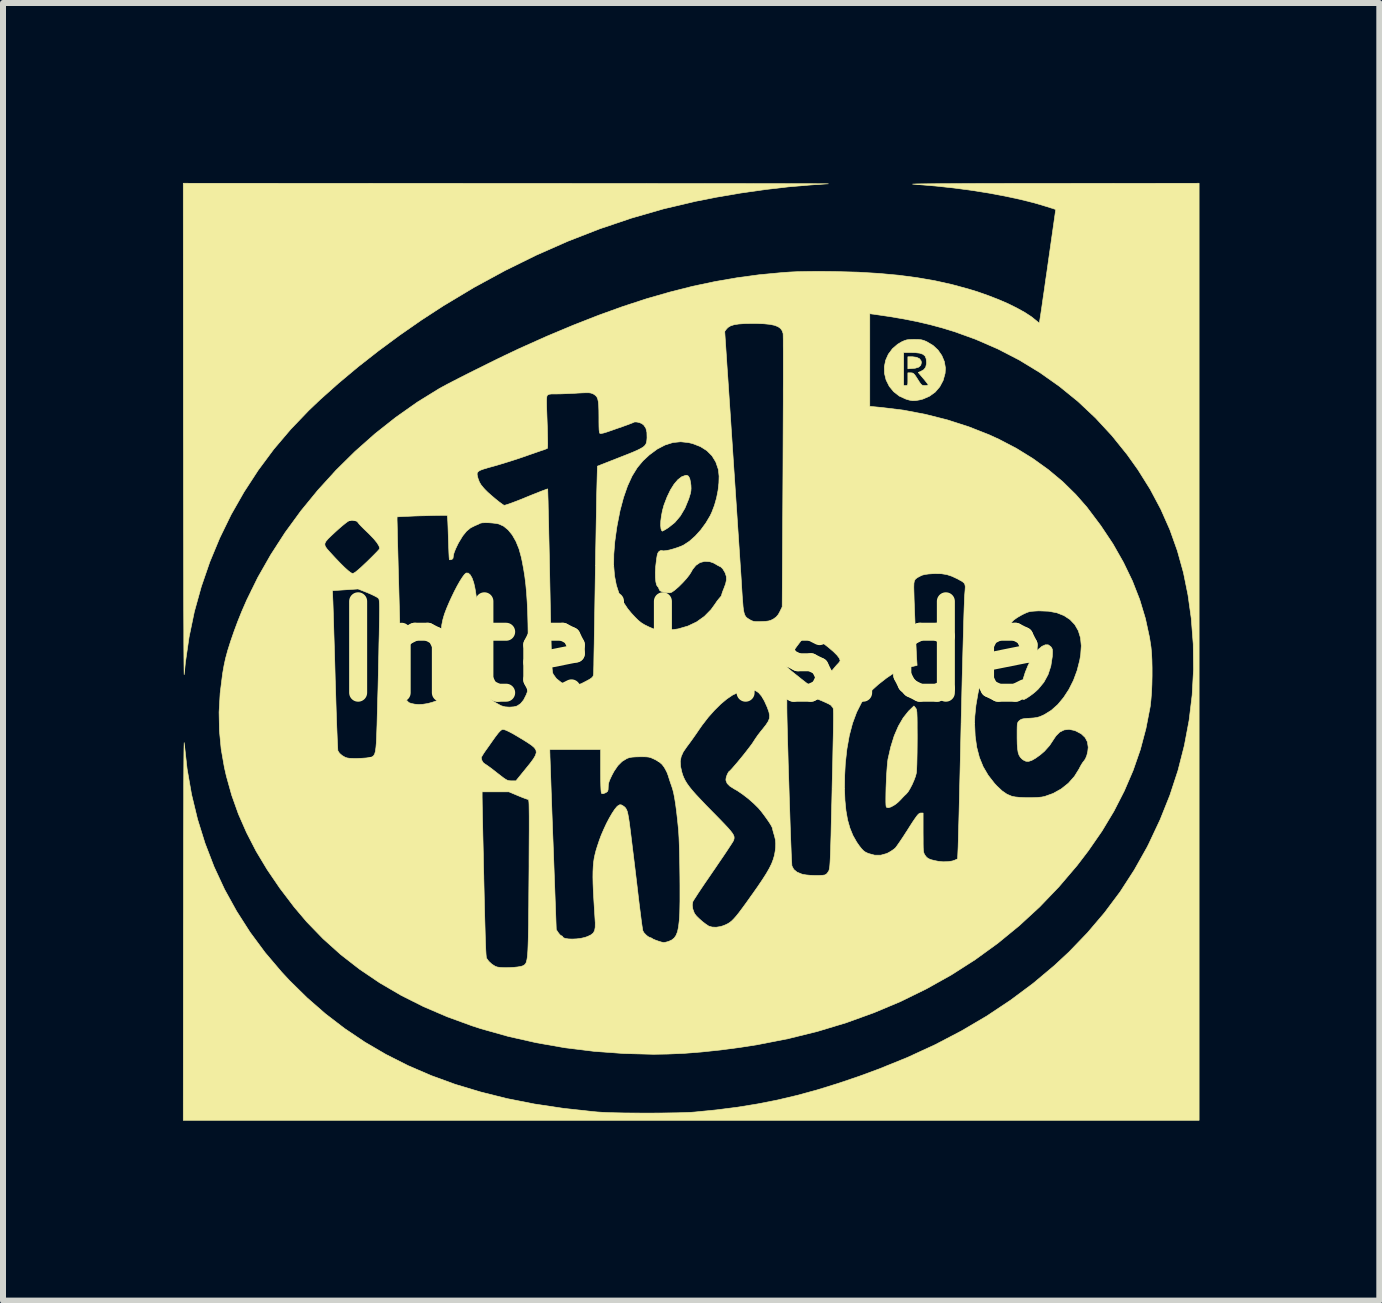
<source format=kicad_pcb>
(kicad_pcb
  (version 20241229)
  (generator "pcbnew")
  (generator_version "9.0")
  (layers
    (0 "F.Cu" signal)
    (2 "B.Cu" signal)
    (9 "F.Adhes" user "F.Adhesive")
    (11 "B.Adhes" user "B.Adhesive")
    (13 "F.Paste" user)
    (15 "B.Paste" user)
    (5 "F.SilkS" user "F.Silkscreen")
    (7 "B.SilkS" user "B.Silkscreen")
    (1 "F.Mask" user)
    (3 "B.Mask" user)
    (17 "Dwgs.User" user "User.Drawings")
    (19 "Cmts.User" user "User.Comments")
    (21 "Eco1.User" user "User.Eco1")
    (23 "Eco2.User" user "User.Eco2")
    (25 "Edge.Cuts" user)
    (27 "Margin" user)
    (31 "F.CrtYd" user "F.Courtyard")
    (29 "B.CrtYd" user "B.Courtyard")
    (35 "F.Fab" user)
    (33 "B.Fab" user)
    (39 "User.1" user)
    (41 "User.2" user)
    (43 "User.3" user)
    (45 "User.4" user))
  (footprint "IntelInside"
    (layer "F.Cu")
    (at 8.472 7.808)
    (property "Reference" "IntelInside" (at 0 0 0) (layer "F.SilkS") (effects (font (size 1.524 1.524) (thickness 0.3))))
    (attr through_hole)
    (fp_poly (pts (xy 3.756 -4.902) (xy 3.806 -4.879) (xy 3.833 -4.842) (xy 3.838 -4.813) (xy 3.827 -4.769) (xy 3.793 -4.738) (xy 3.735 -4.72) (xy 3.697 -4.716) (xy 3.612 -4.71) (xy 3.612 -4.911) (xy 3.688 -4.911) (xy 3.756 -4.902)) (stroke (width 0.01) (type solid)) (fill yes) (layer "F.SilkS"))
    (fp_poly (pts (xy -0.046 -2.921) (xy -0.024 -2.881) (xy -0.01 -2.814) (xy -0.004 -2.766) (xy -0.002 -2.717) (xy -0.005 -2.673) (xy -0.015 -2.625) (xy -0.034 -2.564) (xy -0.041 -2.541) (xy -0.104 -2.387) (xy -0.181 -2.257) (xy -0.273 -2.148) (xy -0.382 -2.061) (xy -0.387 -2.058) (xy -0.43 -2.031) (xy -0.464 -2.012) (xy -0.481 -2.004) (xy -0.482 -2.004) (xy -0.493 -2.016) (xy -0.503 -2.041) (xy -0.509 -2.097) (xy -0.507 -2.172) (xy -0.496 -2.257) (xy -0.479 -2.346) (xy -0.456 -2.43) (xy -0.454 -2.437) (xy -0.402 -2.573) (xy -0.346 -2.69) (xy -0.285 -2.787) (xy -0.223 -2.86) (xy -0.159 -2.91) (xy -0.096 -2.933) (xy -0.073 -2.935) (xy -0.046 -2.921)) (stroke (width 0.01) (type solid)) (fill yes) (layer "F.SilkS"))
    (fp_poly (pts (xy 5.951 -0.109) (xy 5.99 -0.082) (xy 5.998 -0.074) (xy 6.012 -0.053) (xy 6.021 -0.031) (xy 6.023 -0.001) (xy 6.022 0.045) (xy 6.019 0.091) (xy 5.995 0.247) (xy 5.949 0.387) (xy 5.88 0.514) (xy 5.788 0.626) (xy 5.747 0.665) (xy 5.698 0.706) (xy 5.646 0.744) (xy 5.597 0.777) (xy 5.559 0.798) (xy 5.538 0.804) (xy 5.518 0.793) (xy 5.512 0.782) (xy 5.507 0.757) (xy 5.504 0.713) (xy 5.503 0.673) (xy 5.512 0.571) (xy 5.534 0.461) (xy 5.569 0.349) (xy 5.614 0.238) (xy 5.666 0.134) (xy 5.724 0.043) (xy 5.784 -0.031) (xy 5.845 -0.082) (xy 5.846 -0.083) (xy 5.903 -0.109) (xy 5.951 -0.109)) (stroke (width 0.01) (type solid)) (fill yes) (layer "F.SilkS"))
    (fp_poly (pts (xy 3.74 0.943) (xy 3.748 0.954) (xy 3.754 0.967) (xy 3.758 0.986) (xy 3.762 1.013) (xy 3.764 1.053) (xy 3.766 1.107) (xy 3.767 1.178) (xy 3.767 1.271) (xy 3.768 1.387) (xy 3.768 1.459) (xy 3.767 1.577) (xy 3.766 1.689) (xy 3.764 1.793) (xy 3.762 1.882) (xy 3.759 1.955) (xy 3.756 2.005) (xy 3.754 2.025) (xy 3.74 2.081) (xy 3.715 2.148) (xy 3.684 2.219) (xy 3.649 2.286) (xy 3.616 2.341) (xy 3.586 2.376) (xy 3.554 2.406) (xy 3.53 2.431) (xy 3.482 2.482) (xy 3.445 2.518) (xy 3.413 2.544) (xy 3.387 2.562) (xy 3.332 2.593) (xy 3.288 2.606) (xy 3.259 2.601) (xy 3.251 2.59) (xy 3.247 2.564) (xy 3.245 2.515) (xy 3.245 2.447) (xy 3.246 2.365) (xy 3.248 2.274) (xy 3.252 2.179) (xy 3.256 2.083) (xy 3.262 1.993) (xy 3.268 1.913) (xy 3.274 1.846) (xy 3.28 1.799) (xy 3.28 1.799) (xy 3.327 1.593) (xy 3.384 1.409) (xy 3.454 1.247) (xy 3.534 1.109) (xy 3.624 0.996) (xy 3.647 0.974) (xy 3.713 0.91) (xy 3.74 0.943)) (stroke (width 0.01) (type solid)) (fill yes) (layer "F.SilkS"))
    (fp_poly (pts (xy 3.785 -5.199) (xy 3.835 -5.194) (xy 3.877 -5.183) (xy 3.923 -5.164) (xy 3.93 -5.16) (xy 4.031 -5.1) (xy 4.115 -5.022) (xy 4.178 -4.931) (xy 4.22 -4.831) (xy 4.238 -4.725) (xy 4.233 -4.636) (xy 4.2 -4.516) (xy 4.144 -4.411) (xy 4.068 -4.322) (xy 3.972 -4.253) (xy 3.861 -4.205) (xy 3.813 -4.193) (xy 3.746 -4.181) (xy 3.692 -4.179) (xy 3.637 -4.188) (xy 3.577 -4.206) (xy 3.468 -4.256) (xy 3.375 -4.329) (xy 3.302 -4.418) (xy 3.249 -4.524) (xy 3.222 -4.635) (xy 3.22 -4.745) (xy 3.242 -4.853) (xy 3.287 -4.954) (xy 3.308 -4.981) (xy 3.542 -4.981) (xy 3.542 -4.431) (xy 3.577 -4.431) (xy 3.595 -4.432) (xy 3.606 -4.44) (xy 3.611 -4.461) (xy 3.612 -4.5) (xy 3.612 -4.537) (xy 3.612 -4.643) (xy 3.661 -4.643) (xy 3.685 -4.641) (xy 3.705 -4.632) (xy 3.725 -4.612) (xy 3.75 -4.576) (xy 3.775 -4.537) (xy 3.807 -4.486) (xy 3.83 -4.455) (xy 3.849 -4.438) (xy 3.87 -4.432) (xy 3.896 -4.431) (xy 3.931 -4.433) (xy 3.95 -4.44) (xy 3.951 -4.442) (xy 3.943 -4.457) (xy 3.919 -4.488) (xy 3.886 -4.53) (xy 3.868 -4.551) (xy 3.785 -4.649) (xy 3.824 -4.666) (xy 3.878 -4.696) (xy 3.909 -4.736) (xy 3.922 -4.792) (xy 3.923 -4.819) (xy 3.917 -4.878) (xy 3.899 -4.922) (xy 3.864 -4.952) (xy 3.809 -4.971) (xy 3.733 -4.98) (xy 3.668 -4.981) (xy 3.542 -4.981) (xy 3.308 -4.981) (xy 3.354 -5.044) (xy 3.442 -5.12) (xy 3.513 -5.162) (xy 3.557 -5.181) (xy 3.596 -5.193) (xy 3.643 -5.198) (xy 3.705 -5.2) (xy 3.718 -5.2) (xy 3.785 -5.199)) (stroke (width 0.01) (type solid)) (fill yes) (layer "F.SilkS"))
    (fp_poly (pts (xy -3.059 -7.801) (xy -2.67 -7.801) (xy -2.289 -7.801) (xy -1.917 -7.8) (xy -1.554 -7.8) (xy -1.202 -7.8) (xy -0.861 -7.8) (xy -0.532 -7.799) (xy -0.216 -7.799) (xy 0.085 -7.799) (xy 0.372 -7.798) (xy 0.642 -7.798) (xy 0.895 -7.798) (xy 1.13 -7.797) (xy 1.347 -7.797) (xy 1.543 -7.797) (xy 1.719 -7.796) (xy 1.872 -7.796) (xy 2.003 -7.796) (xy 2.111 -7.795) (xy 2.193 -7.795) (xy 2.251 -7.795) (xy 2.281 -7.794) (xy 2.286 -7.794) (xy 2.25 -7.792) (xy 2.192 -7.788) (xy 2.119 -7.783) (xy 2.039 -7.778) (xy 1.997 -7.775) (xy 1.619 -7.743) (xy 1.224 -7.697) (xy 0.819 -7.639) (xy 0.41 -7.569) (xy 0.062 -7.5) (xy -0.466 -7.375) (xy -0.996 -7.222) (xy -1.526 -7.043) (xy -2.055 -6.837) (xy -2.581 -6.605) (xy -3.103 -6.348) (xy -3.62 -6.067) (xy -4.13 -5.761) (xy -4.135 -5.758) (xy -4.499 -5.521) (xy -4.86 -5.27) (xy -5.213 -5.009) (xy -5.555 -4.741) (xy -5.88 -4.469) (xy -6.185 -4.197) (xy -6.374 -4.017) (xy -6.676 -3.702) (xy -6.958 -3.37) (xy -7.217 -3.021) (xy -7.454 -2.657) (xy -7.669 -2.28) (xy -7.859 -1.89) (xy -8.025 -1.49) (xy -8.166 -1.08) (xy -8.282 -0.663) (xy -8.37 -0.239) (xy -8.432 0.19) (xy -8.451 0.388) (xy -8.452 0.386) (xy -8.453 0.356) (xy -8.454 0.301) (xy -8.455 0.22) (xy -8.456 0.115) (xy -8.457 -0.012) (xy -8.458 -0.162) (xy -8.458 -0.332) (xy -8.459 -0.523) (xy -8.46 -0.732) (xy -8.461 -0.959) (xy -8.461 -1.202) (xy -8.462 -1.461) (xy -8.462 -1.735) (xy -8.463 -2.022) (xy -8.463 -2.321) (xy -8.464 -2.632) (xy -8.464 -2.954) (xy -8.464 -3.285) (xy -8.465 -3.624) (xy -8.465 -3.637) (xy -8.467 -7.803) (xy -3.059 -7.801)) (stroke (width 0.01) (type solid)) (fill yes) (layer "F.SilkS"))
    (fp_poly (pts (xy 8.467 7.818) (xy -8.467 7.818) (xy -8.465 4.597) (xy -8.464 4.278) (xy -8.464 3.971) (xy -8.464 3.678) (xy -8.463 3.399) (xy -8.463 3.136) (xy -8.462 2.888) (xy -8.461 2.658) (xy -8.46 2.446) (xy -8.46 2.254) (xy -8.459 2.081) (xy -8.458 1.93) (xy -8.457 1.801) (xy -8.456 1.695) (xy -8.455 1.613) (xy -8.453 1.556) (xy -8.452 1.525) (xy -8.451 1.522) (xy -8.451 1.524) (xy -8.403 1.96) (xy -8.329 2.385) (xy -8.229 2.799) (xy -8.104 3.2) (xy -7.954 3.59) (xy -7.779 3.967) (xy -7.578 4.331) (xy -7.353 4.683) (xy -7.103 5.021) (xy -6.828 5.345) (xy -6.696 5.487) (xy -6.403 5.775) (xy -6.097 6.042) (xy -5.776 6.288) (xy -5.44 6.514) (xy -5.089 6.719) (xy -4.721 6.905) (xy -4.336 7.071) (xy -3.933 7.218) (xy -3.511 7.345) (xy -3.071 7.455) (xy -2.61 7.546) (xy -2.129 7.618) (xy -1.626 7.673) (xy -1.559 7.679) (xy -1.48 7.684) (xy -1.377 7.689) (xy -1.254 7.692) (xy -1.117 7.695) (xy -0.969 7.696) (xy -0.814 7.697) (xy -0.658 7.697) (xy -0.504 7.696) (xy -0.357 7.694) (xy -0.222 7.692) (xy -0.102 7.688) (xy -0.002 7.684) (xy 0.064 7.679) (xy 0.426 7.643) (xy 0.772 7.599) (xy 1.109 7.544) (xy 1.439 7.479) (xy 1.769 7.401) (xy 2.102 7.31) (xy 2.444 7.204) (xy 2.799 7.084) (xy 3.127 6.963) (xy 3.606 6.769) (xy 4.066 6.557) (xy 4.506 6.327) (xy 4.926 6.08) (xy 5.324 5.815) (xy 5.701 5.534) (xy 6.055 5.237) (xy 6.299 5.01) (xy 6.606 4.691) (xy 6.89 4.357) (xy 7.151 4.008) (xy 7.387 3.643) (xy 7.6 3.264) (xy 7.627 3.21) (xy 7.817 2.806) (xy 7.98 2.398) (xy 8.115 1.986) (xy 8.221 1.57) (xy 8.3 1.151) (xy 8.351 0.729) (xy 8.374 0.304) (xy 8.369 -0.123) (xy 8.336 -0.551) (xy 8.282 -0.938) (xy 8.206 -1.313) (xy 8.105 -1.676) (xy 7.98 -2.027) (xy 7.829 -2.368) (xy 7.652 -2.701) (xy 7.448 -3.027) (xy 7.267 -3.281) (xy 7.014 -3.595) (xy 6.741 -3.89) (xy 6.45 -4.164) (xy 6.14 -4.416) (xy 5.813 -4.647) (xy 5.47 -4.856) (xy 5.112 -5.041) (xy 4.739 -5.203) (xy 4.396 -5.327) (xy 4.191 -5.39) (xy 3.984 -5.446) (xy 3.771 -5.496) (xy 3.545 -5.541) (xy 3.302 -5.582) (xy 3.036 -5.621) (xy 3.023 -5.622) (xy 2.977 -5.629) (xy 2.977 -4.084) (xy 3.171 -4.066) (xy 3.538 -4.021) (xy 3.905 -3.951) (xy 4.269 -3.859) (xy 4.624 -3.745) (xy 4.965 -3.611) (xy 5.131 -3.535) (xy 5.419 -3.385) (xy 5.693 -3.216) (xy 5.952 -3.03) (xy 6.192 -2.83) (xy 6.41 -2.616) (xy 6.596 -2.404) (xy 6.827 -2.097) (xy 7.031 -1.791) (xy 7.206 -1.483) (xy 7.355 -1.174) (xy 7.477 -0.862) (xy 7.572 -0.547) (xy 7.641 -0.228) (xy 7.665 -0.071) (xy 7.674 0.025) (xy 7.68 0.141) (xy 7.683 0.273) (xy 7.683 0.411) (xy 7.68 0.551) (xy 7.674 0.686) (xy 7.664 0.808) (xy 7.653 0.911) (xy 7.651 0.924) (xy 7.581 1.285) (xy 7.487 1.639) (xy 7.367 1.985) (xy 7.22 2.327) (xy 7.048 2.663) (xy 6.848 2.996) (xy 6.62 3.325) (xy 6.433 3.57) (xy 6.131 3.924) (xy 5.81 4.259) (xy 5.469 4.573) (xy 5.11 4.867) (xy 4.732 5.141) (xy 4.336 5.394) (xy 3.923 5.625) (xy 3.493 5.836) (xy 3.046 6.024) (xy 2.584 6.191) (xy 2.107 6.335) (xy 1.614 6.457) (xy 1.108 6.556) (xy 0.809 6.603) (xy 0.482 6.646) (xy 0.177 6.678) (xy -0.113 6.701) (xy -0.391 6.713) (xy -0.628 6.717) (xy -1.122 6.704) (xy -1.615 6.668) (xy -2.103 6.608) (xy -2.582 6.524) (xy -3.051 6.418) (xy -3.506 6.29) (xy -3.648 6.244) (xy -4.063 6.093) (xy -4.46 5.923) (xy -4.836 5.734) (xy -5.192 5.526) (xy -5.528 5.299) (xy -5.843 5.054) (xy -6.137 4.79) (xy -6.409 4.509) (xy -6.619 4.261) (xy -6.857 3.948) (xy -7.068 3.638) (xy -7.253 3.33) (xy -7.412 3.021) (xy -7.548 2.711) (xy -7.66 2.396) (xy -7.675 2.342) (xy -3.485 2.342) (xy -3.485 2.409) (xy -3.485 2.433) (xy -3.484 2.483) (xy -3.483 2.557) (xy -3.481 2.653) (xy -3.479 2.768) (xy -3.476 2.901) (xy -3.473 3.05) (xy -3.469 3.213) (xy -3.465 3.386) (xy -3.462 3.569) (xy -3.457 3.76) (xy -3.457 3.78) (xy -3.451 4.031) (xy -3.446 4.256) (xy -3.441 4.453) (xy -3.436 4.623) (xy -3.432 4.767) (xy -3.428 4.885) (xy -3.424 4.979) (xy -3.42 5.047) (xy -3.416 5.091) (xy -3.413 5.112) (xy -3.413 5.113) (xy -3.374 5.167) (xy -3.322 5.215) (xy -3.265 5.251) (xy -3.229 5.263) (xy -3.178 5.27) (xy -3.112 5.273) (xy -3.037 5.272) (xy -2.962 5.268) (xy -2.893 5.261) (xy -2.838 5.252) (xy -2.807 5.242) (xy -2.793 5.235) (xy -2.781 5.227) (xy -2.77 5.218) (xy -2.76 5.205) (xy -2.751 5.188) (xy -2.744 5.164) (xy -2.737 5.133) (xy -2.731 5.092) (xy -2.726 5.04) (xy -2.722 4.975) (xy -2.719 4.897) (xy -2.716 4.803) (xy -2.714 4.692) (xy -2.711 4.562) (xy -2.71 4.413) (xy -2.708 4.242) (xy -2.707 4.047) (xy -2.705 3.828) (xy -2.703 3.583) (xy -2.703 3.496) (xy -2.702 3.298) (xy -2.701 3.126) (xy -2.7 2.978) (xy -2.7 2.854) (xy -2.7 2.751) (xy -2.701 2.667) (xy -2.702 2.6) (xy -2.703 2.55) (xy -2.705 2.513) (xy -2.708 2.489) (xy -2.711 2.475) (xy -2.715 2.47) (xy -2.716 2.469) (xy -2.736 2.464) (xy -2.776 2.45) (xy -2.83 2.429) (xy -2.886 2.406) (xy -3.038 2.342) (xy -3.485 2.342) (xy -7.675 2.342) (xy -7.749 2.077) (xy -7.782 1.932) (xy -7.835 1.628) (xy -7.864 1.323) (xy -7.87 1.014) (xy -7.852 0.697) (xy -7.811 0.37) (xy -7.787 0.234) (xy -7.762 0.118) (xy -7.725 -0.018) (xy -7.677 -0.169) (xy -7.621 -0.331) (xy -7.559 -0.498) (xy -7.491 -0.667) (xy -7.419 -0.832) (xy -7.413 -0.847) (xy -7.332 -1.012) (xy -5.98 -1.012) (xy -5.974 -0.862) (xy -5.972 -0.825) (xy -5.97 -0.762) (xy -5.967 -0.675) (xy -5.964 -0.568) (xy -5.96 -0.442) (xy -5.956 -0.3) (xy -5.951 -0.145) (xy -5.946 0.022) (xy -5.941 0.197) (xy -5.936 0.378) (xy -5.934 0.459) (xy -5.928 0.639) (xy -5.923 0.811) (xy -5.918 0.974) (xy -5.913 1.124) (xy -5.908 1.26) (xy -5.903 1.38) (xy -5.899 1.481) (xy -5.895 1.562) (xy -5.892 1.62) (xy -5.89 1.653) (xy -5.888 1.66) (xy -5.862 1.699) (xy -5.818 1.737) (xy -5.766 1.767) (xy -5.734 1.777) (xy -5.694 1.783) (xy -5.634 1.785) (xy -5.562 1.785) (xy -5.486 1.782) (xy -5.415 1.777) (xy -5.388 1.773) (xy -3.5 1.773) (xy -3.49 1.816) (xy -3.467 1.855) (xy -3.44 1.876) (xy -3.418 1.89) (xy -3.379 1.917) (xy -3.327 1.955) (xy -3.268 2.001) (xy -3.239 2.024) (xy -3.173 2.075) (xy -3.126 2.111) (xy -3.09 2.135) (xy -3.063 2.149) (xy -3.038 2.156) (xy -3.012 2.158) (xy -2.996 2.159) (xy -2.922 2.159) (xy -2.753 1.951) (xy -2.681 1.862) (xy -2.629 1.791) (xy -2.596 1.734) (xy -2.582 1.686) (xy -2.588 1.645) (xy -2.593 1.637) (xy -2.357 1.637) (xy -2.356 1.69) (xy -2.355 1.711) (xy -2.354 1.758) (xy -2.351 1.83) (xy -2.348 1.924) (xy -2.344 2.039) (xy -2.339 2.172) (xy -2.334 2.321) (xy -2.328 2.485) (xy -2.322 2.662) (xy -2.315 2.849) (xy -2.308 3.044) (xy -2.302 3.191) (xy -2.249 4.639) (xy -2.215 4.69) (xy -2.19 4.722) (xy -2.168 4.74) (xy -2.163 4.741) (xy -2.146 4.749) (xy -2.145 4.754) (xy -2.132 4.773) (xy -2.097 4.786) (xy -2.044 4.794) (xy -1.981 4.796) (xy -1.91 4.793) (xy -1.839 4.784) (xy -1.772 4.769) (xy -1.729 4.754) (xy -1.672 4.727) (xy -1.633 4.696) (xy -1.61 4.655) (xy -1.6 4.6) (xy -1.599 4.524) (xy -1.601 4.494) (xy -1.613 4.303) (xy -1.623 4.138) (xy -1.631 3.995) (xy -1.636 3.871) (xy -1.638 3.764) (xy -1.637 3.671) (xy -1.633 3.59) (xy -1.627 3.517) (xy -1.617 3.449) (xy -1.603 3.384) (xy -1.586 3.318) (xy -1.565 3.25) (xy -1.54 3.176) (xy -1.536 3.162) (xy -1.5 3.065) (xy -1.457 2.966) (xy -1.412 2.869) (xy -1.364 2.778) (xy -1.318 2.699) (xy -1.275 2.634) (xy -1.238 2.589) (xy -1.219 2.573) (xy -1.19 2.557) (xy -1.166 2.559) (xy -1.146 2.569) (xy -1.12 2.586) (xy -1.099 2.605) (xy -1.082 2.63) (xy -1.067 2.664) (xy -1.055 2.713) (xy -1.043 2.777) (xy -1.03 2.863) (xy -1.016 2.973) (xy -1.015 2.979) (xy -1.005 3.061) (xy -0.992 3.167) (xy -0.977 3.29) (xy -0.96 3.428) (xy -0.942 3.575) (xy -0.924 3.726) (xy -0.906 3.876) (xy -0.896 3.962) (xy -0.88 4.097) (xy -0.865 4.224) (xy -0.85 4.341) (xy -0.837 4.444) (xy -0.826 4.53) (xy -0.816 4.597) (xy -0.809 4.641) (xy -0.805 4.66) (xy -0.787 4.691) (xy -0.756 4.724) (xy -0.723 4.752) (xy -0.694 4.768) (xy -0.687 4.77) (xy -0.661 4.779) (xy -0.655 4.784) (xy -0.632 4.798) (xy -0.591 4.815) (xy -0.543 4.832) (xy -0.497 4.846) (xy -0.463 4.853) (xy -0.459 4.854) (xy -0.427 4.849) (xy -0.385 4.838) (xy -0.378 4.836) (xy -0.325 4.812) (xy -0.283 4.779) (xy -0.252 4.734) (xy -0.228 4.674) (xy -0.211 4.593) (xy -0.199 4.49) (xy -0.195 4.44) (xy -0.191 4.371) (xy -0.189 4.278) (xy -0.187 4.165) (xy -0.187 4.038) (xy -0.187 3.901) (xy -0.188 3.757) (xy -0.19 3.612) (xy -0.192 3.47) (xy -0.195 3.336) (xy -0.199 3.213) (xy -0.203 3.106) (xy -0.208 3.021) (xy -0.211 2.977) (xy -0.228 2.809) (xy -0.244 2.667) (xy -0.26 2.546) (xy -0.276 2.446) (xy -0.292 2.363) (xy -0.31 2.293) (xy -0.325 2.248) (xy -0.347 2.185) (xy -0.367 2.124) (xy -0.382 2.076) (xy -0.386 2.064) (xy -0.403 2.019) (xy -0.43 1.966) (xy -0.451 1.93) (xy -0.486 1.884) (xy -0.526 1.849) (xy -0.554 1.832) (xy -0.182 1.832) (xy -0.177 1.919) (xy -0.156 2.013) (xy -0.141 2.062) (xy -0.122 2.109) (xy -0.099 2.155) (xy -0.069 2.204) (xy -0.031 2.257) (xy 0.018 2.318) (xy 0.08 2.388) (xy 0.156 2.469) (xy 0.247 2.565) (xy 0.357 2.677) (xy 0.389 2.709) (xy 0.482 2.804) (xy 0.556 2.881) (xy 0.614 2.943) (xy 0.657 2.993) (xy 0.687 3.032) (xy 0.706 3.064) (xy 0.715 3.091) (xy 0.716 3.115) (xy 0.711 3.138) (xy 0.706 3.153) (xy 0.695 3.173) (xy 0.669 3.214) (xy 0.631 3.272) (xy 0.583 3.345) (xy 0.525 3.431) (xy 0.46 3.526) (xy 0.391 3.628) (xy 0.366 3.664) (xy 0.295 3.768) (xy 0.228 3.865) (xy 0.168 3.954) (xy 0.116 4.032) (xy 0.075 4.096) (xy 0.045 4.142) (xy 0.029 4.169) (xy 0.027 4.173) (xy 0.018 4.229) (xy 0.027 4.295) (xy 0.051 4.36) (xy 0.06 4.376) (xy 0.089 4.413) (xy 0.135 4.458) (xy 0.188 4.505) (xy 0.243 4.547) (xy 0.29 4.578) (xy 0.295 4.581) (xy 0.348 4.596) (xy 0.416 4.599) (xy 0.488 4.588) (xy 0.533 4.574) (xy 0.573 4.558) (xy 0.608 4.541) (xy 0.641 4.521) (xy 0.675 4.494) (xy 0.71 4.459) (xy 0.751 4.413) (xy 0.798 4.354) (xy 0.854 4.279) (xy 0.922 4.186) (xy 1.002 4.073) (xy 1.019 4.05) (xy 1.113 3.916) (xy 1.19 3.802) (xy 1.253 3.703) (xy 1.303 3.616) (xy 1.341 3.539) (xy 1.368 3.468) (xy 1.388 3.399) (xy 1.4 3.331) (xy 1.407 3.272) (xy 1.409 3.201) (xy 1.404 3.142) (xy 1.389 3.078) (xy 1.385 3.065) (xy 1.37 3.015) (xy 1.359 2.973) (xy 1.355 2.95) (xy 1.355 2.949) (xy 1.346 2.927) (xy 1.324 2.887) (xy 1.291 2.836) (xy 1.251 2.779) (xy 1.208 2.72) (xy 1.165 2.664) (xy 1.126 2.618) (xy 1.123 2.614) (xy 1.044 2.536) (xy 0.953 2.456) (xy 0.858 2.383) (xy 0.767 2.321) (xy 0.717 2.293) (xy 0.646 2.248) (xy 0.6 2.202) (xy 0.58 2.153) (xy 0.579 2.133) (xy 0.584 2.102) (xy 0.597 2.063) (xy 0.614 2.027) (xy 0.629 2.004) (xy 0.633 2.002) (xy 0.649 1.988) (xy 0.679 1.956) (xy 0.72 1.909) (xy 0.769 1.852) (xy 0.821 1.789) (xy 0.875 1.723) (xy 0.926 1.658) (xy 0.972 1.598) (xy 1.01 1.548) (xy 1.035 1.511) (xy 1.041 1.501) (xy 1.071 1.455) (xy 1.112 1.396) (xy 1.16 1.334) (xy 1.192 1.295) (xy 1.247 1.225) (xy 1.284 1.168) (xy 1.304 1.118) (xy 1.307 1.067) (xy 1.296 1.011) (xy 1.271 0.941) (xy 1.27 0.937) (xy 1.221 0.828) (xy 1.183 0.762) (xy 1.595 0.762) (xy 1.595 0.88) (xy 1.595 0.942) (xy 1.596 1.025) (xy 1.598 1.129) (xy 1.601 1.249) (xy 1.604 1.383) (xy 1.608 1.53) (xy 1.613 1.687) (xy 1.617 1.851) (xy 1.622 2.02) (xy 1.628 2.192) (xy 1.633 2.363) (xy 1.638 2.533) (xy 1.644 2.698) (xy 1.649 2.856) (xy 1.654 3.005) (xy 1.659 3.141) (xy 1.664 3.264) (xy 1.668 3.37) (xy 1.672 3.456) (xy 1.676 3.522) (xy 1.678 3.563) (xy 1.68 3.578) (xy 1.71 3.635) (xy 1.764 3.68) (xy 1.844 3.713) (xy 1.867 3.719) (xy 1.917 3.727) (xy 1.983 3.733) (xy 2.056 3.736) (xy 2.128 3.736) (xy 2.189 3.733) (xy 2.23 3.727) (xy 2.263 3.705) (xy 2.292 3.663) (xy 2.297 3.651) (xy 2.301 3.637) (xy 2.305 3.618) (xy 2.309 3.592) (xy 2.312 3.558) (xy 2.315 3.513) (xy 2.318 3.456) (xy 2.321 3.384) (xy 2.324 3.296) (xy 2.327 3.19) (xy 2.331 3.063) (xy 2.334 2.915) (xy 2.338 2.742) (xy 2.343 2.544) (xy 2.344 2.513) (xy 2.349 2.287) (xy 2.556 2.287) (xy 2.563 2.482) (xy 2.58 2.655) (xy 2.607 2.809) (xy 2.646 2.946) (xy 2.696 3.069) (xy 2.759 3.18) (xy 2.8 3.239) (xy 2.84 3.29) (xy 2.874 3.325) (xy 2.907 3.348) (xy 2.948 3.367) (xy 2.956 3.37) (xy 3.06 3.398) (xy 3.16 3.398) (xy 3.257 3.371) (xy 3.283 3.359) (xy 3.333 3.33) (xy 3.378 3.299) (xy 3.403 3.278) (xy 3.422 3.254) (xy 3.453 3.21) (xy 3.493 3.152) (xy 3.539 3.083) (xy 3.587 3.008) (xy 3.589 3.006) (xy 3.649 2.911) (xy 3.696 2.838) (xy 3.733 2.784) (xy 3.761 2.745) (xy 3.782 2.72) (xy 3.799 2.705) (xy 3.814 2.697) (xy 3.829 2.695) (xy 3.832 2.695) (xy 3.866 2.695) (xy 3.866 3.024) (xy 3.867 3.128) (xy 3.867 3.208) (xy 3.868 3.268) (xy 3.87 3.311) (xy 3.874 3.342) (xy 3.88 3.364) (xy 3.888 3.382) (xy 3.898 3.398) (xy 3.902 3.404) (xy 3.925 3.433) (xy 3.955 3.455) (xy 3.996 3.472) (xy 4.054 3.487) (xy 4.12 3.5) (xy 4.198 3.508) (xy 4.279 3.506) (xy 4.352 3.495) (xy 4.39 3.482) (xy 4.441 3.46) (xy 4.45 3.258) (xy 4.451 3.219) (xy 4.453 3.154) (xy 4.455 3.064) (xy 4.458 2.952) (xy 4.462 2.819) (xy 4.466 2.667) (xy 4.47 2.498) (xy 4.474 2.313) (xy 4.479 2.116) (xy 4.484 1.906) (xy 4.489 1.688) (xy 4.494 1.461) (xy 4.499 1.228) (xy 4.5 1.203) (xy 4.725 1.203) (xy 4.734 1.411) (xy 4.76 1.598) (xy 4.804 1.768) (xy 4.867 1.923) (xy 4.951 2.066) (xy 5.056 2.201) (xy 5.097 2.245) (xy 5.182 2.325) (xy 5.263 2.381) (xy 5.343 2.415) (xy 5.402 2.427) (xy 5.486 2.435) (xy 5.579 2.439) (xy 5.675 2.439) (xy 5.764 2.436) (xy 5.841 2.429) (xy 5.892 2.419) (xy 6.035 2.368) (xy 6.169 2.293) (xy 6.288 2.198) (xy 6.389 2.084) (xy 6.468 1.957) (xy 6.476 1.94) (xy 6.502 1.892) (xy 6.528 1.851) (xy 6.546 1.829) (xy 6.572 1.792) (xy 6.595 1.736) (xy 6.611 1.67) (xy 6.618 1.604) (xy 6.618 1.596) (xy 6.605 1.509) (xy 6.567 1.436) (xy 6.504 1.376) (xy 6.416 1.329) (xy 6.387 1.318) (xy 6.299 1.3) (xy 6.217 1.31) (xy 6.144 1.346) (xy 6.082 1.408) (xy 6.052 1.452) (xy 5.974 1.57) (xy 5.888 1.666) (xy 5.819 1.725) (xy 5.741 1.781) (xy 5.678 1.817) (xy 5.626 1.834) (xy 5.58 1.832) (xy 5.538 1.812) (xy 5.512 1.792) (xy 5.485 1.763) (xy 5.465 1.729) (xy 5.45 1.684) (xy 5.441 1.624) (xy 5.435 1.547) (xy 5.433 1.446) (xy 5.433 1.399) (xy 5.433 1.318) (xy 5.434 1.26) (xy 5.436 1.221) (xy 5.441 1.196) (xy 5.449 1.178) (xy 5.461 1.164) (xy 5.469 1.156) (xy 5.49 1.14) (xy 5.514 1.129) (xy 5.549 1.122) (xy 5.601 1.117) (xy 5.643 1.115) (xy 5.712 1.11) (xy 5.764 1.102) (xy 5.808 1.09) (xy 5.857 1.069) (xy 5.889 1.054) (xy 6.003 0.983) (xy 6.111 0.887) (xy 6.209 0.769) (xy 6.297 0.634) (xy 6.373 0.483) (xy 6.433 0.321) (xy 6.477 0.149) (xy 6.493 0.056) (xy 6.503 -0.092) (xy 6.49 -0.226) (xy 6.453 -0.345) (xy 6.395 -0.446) (xy 6.315 -0.53) (xy 6.215 -0.596) (xy 6.096 -0.643) (xy 5.957 -0.669) (xy 5.801 -0.675) (xy 5.79 -0.675) (xy 5.72 -0.671) (xy 5.669 -0.667) (xy 5.629 -0.659) (xy 5.59 -0.645) (xy 5.544 -0.624) (xy 5.509 -0.606) (xy 5.436 -0.564) (xy 5.38 -0.524) (xy 5.35 -0.495) (xy 5.319 -0.458) (xy 5.277 -0.414) (xy 5.245 -0.383) (xy 5.156 -0.283) (xy 5.073 -0.157) (xy 4.995 -0.005) (xy 4.924 0.173) (xy 4.86 0.374) (xy 4.833 0.473) (xy 4.782 0.695) (xy 4.747 0.898) (xy 4.728 1.083) (xy 4.725 1.203) (xy 4.5 1.203) (xy 4.501 1.136) (xy 4.507 0.902) (xy 4.512 0.674) (xy 4.517 0.454) (xy 4.523 0.243) (xy 4.528 0.043) (xy 4.533 -0.144) (xy 4.538 -0.317) (xy 4.542 -0.472) (xy 4.546 -0.61) (xy 4.55 -0.727) (xy 4.554 -0.822) (xy 4.556 -0.893) (xy 4.559 -0.939) (xy 4.56 -0.95) (xy 4.566 -1.025) (xy 4.569 -1.077) (xy 4.563 -1.114) (xy 4.547 -1.141) (xy 4.518 -1.165) (xy 4.472 -1.19) (xy 4.438 -1.209) (xy 4.346 -1.252) (xy 4.261 -1.28) (xy 4.173 -1.294) (xy 4.071 -1.296) (xy 4.033 -1.295) (xy 3.956 -1.29) (xy 3.9 -1.282) (xy 3.857 -1.272) (xy 3.821 -1.256) (xy 3.77 -1.229) (xy 3.738 -1.204) (xy 3.721 -1.176) (xy 3.713 -1.135) (xy 3.711 -1.076) (xy 3.711 -1.061) (xy 3.712 -1.02) (xy 3.714 -0.954) (xy 3.716 -0.869) (xy 3.72 -0.768) (xy 3.724 -0.655) (xy 3.729 -0.536) (xy 3.734 -0.414) (xy 3.739 -0.293) (xy 3.744 -0.177) (xy 3.749 -0.072) (xy 3.753 0.02) (xy 3.757 0.093) (xy 3.759 0.127) (xy 3.766 0.234) (xy 3.643 0.263) (xy 3.539 0.292) (xy 3.446 0.329) (xy 3.355 0.378) (xy 3.258 0.443) (xy 3.235 0.461) (xy 3.121 0.55) (xy 3.019 0.642) (xy 2.933 0.732) (xy 2.865 0.815) (xy 2.838 0.857) (xy 2.758 1.015) (xy 2.69 1.198) (xy 2.636 1.402) (xy 2.596 1.627) (xy 2.569 1.871) (xy 2.559 2.067) (xy 2.556 2.287) (xy 2.349 2.287) (xy 2.349 2.269) (xy 2.354 2.051) (xy 2.359 1.858) (xy 2.362 1.689) (xy 2.365 1.542) (xy 2.368 1.416) (xy 2.37 1.308) (xy 2.371 1.218) (xy 2.372 1.144) (xy 2.372 1.084) (xy 2.372 1.037) (xy 2.371 1.001) (xy 2.37 0.974) (xy 2.368 0.956) (xy 2.366 0.945) (xy 2.363 0.938) (xy 2.36 0.935) (xy 2.359 0.934) (xy 2.343 0.918) (xy 2.342 0.911) (xy 2.33 0.899) (xy 2.297 0.879) (xy 2.247 0.855) (xy 2.186 0.828) (xy 2.184 0.827) (xy 2.025 0.762) (xy 1.81 0.762) (xy 1.595 0.762) (xy 1.183 0.762) (xy 1.173 0.746) (xy 1.124 0.689) (xy 1.085 0.663) (xy 1.045 0.645) (xy 1.007 0.636) (xy 0.965 0.636) (xy 0.912 0.646) (xy 0.844 0.666) (xy 0.779 0.687) (xy 0.691 0.728) (xy 0.595 0.793) (xy 0.493 0.878) (xy 0.389 0.981) (xy 0.284 1.099) (xy 0.182 1.231) (xy 0.135 1.298) (xy 0.084 1.373) (xy 0.032 1.447) (xy -0.016 1.514) (xy -0.056 1.568) (xy -0.074 1.592) (xy -0.132 1.676) (xy -0.167 1.754) (xy -0.182 1.832) (xy -0.554 1.832) (xy -0.579 1.816) (xy -0.598 1.806) (xy -0.642 1.785) (xy -0.678 1.77) (xy -0.712 1.762) (xy -0.755 1.758) (xy -0.813 1.757) (xy -0.852 1.757) (xy -0.928 1.759) (xy -0.984 1.763) (xy -1.026 1.77) (xy -1.062 1.782) (xy -1.075 1.788) (xy -1.152 1.835) (xy -1.222 1.905) (xy -1.286 1.999) (xy -1.319 2.06) (xy -1.351 2.127) (xy -1.371 2.178) (xy -1.381 2.221) (xy -1.383 2.261) (xy -1.385 2.305) (xy -1.392 2.331) (xy -1.41 2.347) (xy -1.431 2.359) (xy -1.468 2.373) (xy -1.49 2.37) (xy -1.494 2.367) (xy -1.5 2.348) (xy -1.504 2.305) (xy -1.507 2.237) (xy -1.509 2.142) (xy -1.51 2.02) (xy -1.51 1.994) (xy -1.51 1.637) (xy -2.357 1.637) (xy -2.593 1.637) (xy -2.614 1.606) (xy -2.659 1.567) (xy -2.725 1.522) (xy -2.785 1.484) (xy -2.888 1.422) (xy -2.971 1.373) (xy -3.036 1.339) (xy -3.085 1.316) (xy -3.12 1.304) (xy -3.145 1.302) (xy -3.151 1.303) (xy -3.177 1.32) (xy -3.213 1.358) (xy -3.258 1.416) (xy -3.267 1.428) (xy -3.314 1.494) (xy -3.365 1.567) (xy -3.412 1.633) (xy -3.425 1.651) (xy -3.458 1.699) (xy -3.483 1.74) (xy -3.498 1.767) (xy -3.5 1.773) (xy -5.388 1.773) (xy -5.358 1.769) (xy -5.322 1.76) (xy -5.296 1.742) (xy -5.277 1.712) (xy -5.264 1.666) (xy -5.255 1.599) (xy -5.249 1.528) (xy -5.247 1.487) (xy -5.244 1.421) (xy -5.241 1.331) (xy -5.237 1.221) (xy -5.234 1.094) (xy -5.23 0.95) (xy -5.226 0.794) (xy -5.221 0.628) (xy -5.217 0.455) (xy -5.213 0.276) (xy -5.213 0.252) (xy -5.208 0.049) (xy -5.205 -0.128) (xy -5.201 -0.28) (xy -5.199 -0.409) (xy -5.197 -0.518) (xy -5.196 -0.609) (xy -5.195 -0.682) (xy -5.195 -0.74) (xy -5.196 -0.785) (xy -5.198 -0.819) (xy -5.2 -0.844) (xy -5.203 -0.861) (xy -5.206 -0.872) (xy -5.21 -0.88) (xy -5.215 -0.886) (xy -5.215 -0.886) (xy -5.239 -0.903) (xy -5.282 -0.926) (xy -5.339 -0.953) (xy -5.397 -0.978) (xy -5.553 -1.04) (xy -5.766 -1.026) (xy -5.98 -1.012) (xy -7.332 -1.012) (xy -7.224 -1.232) (xy -7.008 -1.611) (xy -6.904 -1.772) (xy -6.107 -1.772) (xy -6.094 -1.741) (xy -6.068 -1.705) (xy -6.03 -1.662) (xy -5.934 -1.558) (xy -5.849 -1.469) (xy -5.777 -1.398) (xy -5.718 -1.345) (xy -5.674 -1.311) (xy -5.646 -1.298) (xy -5.644 -1.298) (xy -5.626 -1.304) (xy -5.597 -1.321) (xy -5.558 -1.353) (xy -5.504 -1.4) (xy -5.434 -1.466) (xy -5.401 -1.497) (xy -5.338 -1.559) (xy -5.283 -1.614) (xy -5.238 -1.66) (xy -5.207 -1.694) (xy -5.193 -1.713) (xy -5.193 -1.715) (xy -5.204 -1.756) (xy -5.237 -1.81) (xy -5.291 -1.876) (xy -5.363 -1.951) (xy -5.401 -1.988) (xy -5.454 -2.039) (xy -5.5 -2.085) (xy -5.534 -2.121) (xy -5.552 -2.144) (xy -5.554 -2.148) (xy -5.573 -2.168) (xy -5.611 -2.181) (xy -5.657 -2.185) (xy -5.7 -2.178) (xy -5.724 -2.165) (xy -5.763 -2.136) (xy -5.815 -2.094) (xy -5.874 -2.043) (xy -5.925 -1.997) (xy -5.998 -1.929) (xy -6.052 -1.877) (xy -6.087 -1.836) (xy -6.105 -1.802) (xy -6.107 -1.772) (xy -6.904 -1.772) (xy -6.769 -1.981) (xy -6.59 -2.226) (xy -4.903 -2.226) (xy -4.903 -2.186) (xy -4.901 -2.121) (xy -4.899 -2.035) (xy -4.897 -1.928) (xy -4.894 -1.804) (xy -4.89 -1.664) (xy -4.886 -1.511) (xy -4.882 -1.345) (xy -4.877 -1.171) (xy -4.874 -1.065) (xy -4.869 -0.877) (xy -4.864 -0.69) (xy -4.859 -0.507) (xy -4.855 -0.332) (xy -4.85 -0.167) (xy -4.846 -0.015) (xy -4.843 0.121) (xy -4.84 0.239) (xy -4.838 0.334) (xy -4.836 0.405) (xy -4.835 0.42) (xy -4.833 0.522) (xy -4.83 0.6) (xy -4.828 0.658) (xy -4.824 0.699) (xy -4.819 0.728) (xy -4.813 0.748) (xy -4.804 0.763) (xy -4.795 0.775) (xy -4.77 0.803) (xy -4.749 0.817) (xy -4.746 0.818) (xy -4.727 0.83) (xy -4.723 0.838) (xy -4.703 0.856) (xy -4.661 0.87) (xy -4.606 0.881) (xy -4.543 0.886) (xy -4.479 0.883) (xy -4.477 0.883) (xy -4.398 0.871) (xy -4.321 0.851) (xy -4.252 0.827) (xy -4.199 0.8) (xy -4.176 0.782) (xy -4.163 0.767) (xy -4.155 0.751) (xy -4.15 0.727) (xy -4.147 0.691) (xy -4.146 0.638) (xy -4.146 0.564) (xy -4.147 0.54) (xy -4.148 0.46) (xy -4.151 0.361) (xy -4.154 0.249) (xy -4.159 0.134) (xy -4.163 0.024) (xy -4.164 0.011) (xy -4.17 -0.131) (xy -4.171 -0.25) (xy -4.167 -0.353) (xy -4.157 -0.445) (xy -4.139 -0.532) (xy -4.113 -0.621) (xy -4.077 -0.716) (xy -4.031 -0.824) (xy -3.998 -0.896) (xy -3.949 -0.998) (xy -3.901 -1.09) (xy -3.855 -1.171) (xy -3.814 -1.235) (xy -3.78 -1.281) (xy -3.753 -1.305) (xy -3.749 -1.306) (xy -3.715 -1.304) (xy -3.683 -1.275) (xy -3.652 -1.221) (xy -3.625 -1.144) (xy -3.608 -1.07) (xy -3.597 -1.01) (xy -3.584 -0.924) (xy -3.569 -0.816) (xy -3.552 -0.687) (xy -3.534 -0.541) (xy -3.515 -0.38) (xy -3.495 -0.206) (xy -3.475 -0.023) (xy -3.454 0.167) (xy -3.451 0.205) (xy -3.436 0.346) (xy -3.423 0.462) (xy -3.411 0.556) (xy -3.4 0.631) (xy -3.388 0.689) (xy -3.374 0.734) (xy -3.359 0.767) (xy -3.341 0.794) (xy -3.319 0.815) (xy -3.292 0.834) (xy -3.276 0.846) (xy -3.228 0.874) (xy -3.18 0.9) (xy -3.161 0.909) (xy -3.102 0.925) (xy -3.03 0.93) (xy -2.958 0.925) (xy -2.903 0.911) (xy -2.844 0.872) (xy -2.793 0.81) (xy -2.749 0.723) (xy -2.742 0.704) (xy -2.735 0.686) (xy -2.73 0.665) (xy -2.726 0.64) (xy -2.723 0.608) (xy -2.72 0.566) (xy -2.719 0.511) (xy -2.718 0.441) (xy -2.717 0.353) (xy -2.717 0.244) (xy -2.717 0.112) (xy -2.717 -0.021) (xy -2.718 -0.255) (xy -2.721 -0.464) (xy -2.726 -0.651) (xy -2.734 -0.82) (xy -2.744 -0.973) (xy -2.757 -1.114) (xy -2.773 -1.245) (xy -2.793 -1.371) (xy -2.816 -1.494) (xy -2.831 -1.566) (xy -2.87 -1.708) (xy -2.921 -1.833) (xy -2.982 -1.94) (xy -3.051 -2.025) (xy -3.127 -2.087) (xy -3.203 -2.122) (xy -3.249 -2.132) (xy -3.307 -2.139) (xy -3.37 -2.144) (xy -3.431 -2.145) (xy -3.481 -2.143) (xy -3.514 -2.137) (xy -3.521 -2.133) (xy -3.542 -2.122) (xy -3.579 -2.106) (xy -3.601 -2.097) (xy -3.677 -2.059) (xy -3.745 -2.003) (xy -3.809 -1.924) (xy -3.871 -1.822) (xy -3.887 -1.793) (xy -3.928 -1.707) (xy -3.954 -1.64) (xy -3.965 -1.595) (xy -3.965 -1.59) (xy -3.97 -1.552) (xy -3.987 -1.534) (xy -3.995 -1.531) (xy -4.021 -1.526) (xy -4.031 -1.529) (xy -4.033 -1.544) (xy -4.036 -1.584) (xy -4.039 -1.645) (xy -4.042 -1.722) (xy -4.045 -1.812) (xy -4.048 -1.896) (xy -4.051 -1.994) (xy -4.054 -2.082) (xy -4.057 -2.158) (xy -4.061 -2.216) (xy -4.064 -2.253) (xy -4.067 -2.265) (xy -4.082 -2.267) (xy -4.122 -2.267) (xy -4.18 -2.267) (xy -4.254 -2.266) (xy -4.34 -2.264) (xy -4.431 -2.261) (xy -4.526 -2.259) (xy -4.618 -2.256) (xy -4.704 -2.252) (xy -4.78 -2.249) (xy -4.841 -2.246) (xy -4.884 -2.243) (xy -4.903 -2.241) (xy -4.903 -2.241) (xy -4.903 -2.226) (xy -6.59 -2.226) (xy -6.507 -2.34) (xy -6.224 -2.686) (xy -5.976 -2.958) (xy -3.569 -2.958) (xy -3.565 -2.928) (xy -3.555 -2.889) (xy -3.55 -2.873) (xy -3.531 -2.823) (xy -3.504 -2.777) (xy -3.461 -2.724) (xy -3.439 -2.7) (xy -3.391 -2.652) (xy -3.329 -2.597) (xy -3.263 -2.541) (xy -3.198 -2.489) (xy -3.143 -2.449) (xy -3.121 -2.435) (xy -3.102 -2.437) (xy -3.059 -2.45) (xy -2.994 -2.473) (xy -2.909 -2.505) (xy -2.805 -2.546) (xy -2.75 -2.569) (xy -2.657 -2.607) (xy -2.573 -2.64) (xy -2.501 -2.669) (xy -2.444 -2.69) (xy -2.407 -2.704) (xy -2.392 -2.708) (xy -2.392 -2.708) (xy -2.391 -2.693) (xy -2.39 -2.652) (xy -2.388 -2.586) (xy -2.385 -2.498) (xy -2.383 -2.389) (xy -2.38 -2.261) (xy -2.376 -2.115) (xy -2.373 -1.955) (xy -2.369 -1.78) (xy -2.365 -1.594) (xy -2.361 -1.398) (xy -2.357 -1.194) (xy -2.357 -1.186) (xy -2.352 -0.946) (xy -2.348 -0.732) (xy -2.344 -0.543) (xy -2.34 -0.378) (xy -2.337 -0.234) (xy -2.334 -0.11) (xy -2.331 -0.005) (xy -2.328 0.083) (xy -2.325 0.156) (xy -2.323 0.215) (xy -2.32 0.262) (xy -2.317 0.299) (xy -2.314 0.327) (xy -2.311 0.348) (xy -2.307 0.363) (xy -2.303 0.374) (xy -2.301 0.38) (xy -2.247 0.454) (xy -2.169 0.516) (xy -2.138 0.534) (xy -2.073 0.556) (xy -1.994 0.564) (xy -1.914 0.56) (xy -1.844 0.543) (xy -1.827 0.536) (xy -1.753 0.498) (xy -1.699 0.469) (xy -1.664 0.446) (xy -1.643 0.426) (xy -1.632 0.405) (xy -1.628 0.381) (xy -1.627 0.366) (xy -1.626 0.343) (xy -1.625 0.294) (xy -1.623 0.221) (xy -1.623 0.204) (xy 1.567 0.204) (xy 1.569 0.221) (xy 1.578 0.239) (xy 1.595 0.26) (xy 1.624 0.288) (xy 1.668 0.326) (xy 1.73 0.376) (xy 1.772 0.409) (xy 1.839 0.463) (xy 1.902 0.512) (xy 1.955 0.553) (xy 1.994 0.582) (xy 2.014 0.596) (xy 2.06 0.614) (xy 2.104 0.605) (xy 2.15 0.57) (xy 2.159 0.559) (xy 2.185 0.529) (xy 2.222 0.483) (xy 2.265 0.427) (xy 2.302 0.38) (xy 2.346 0.323) (xy 2.388 0.272) (xy 2.423 0.231) (xy 2.443 0.21) (xy 2.469 0.181) (xy 2.483 0.157) (xy 2.483 0.153) (xy 2.47 0.115) (xy 2.432 0.065) (xy 2.37 0.003) (xy 2.284 -0.07) (xy 2.176 -0.154) (xy 2.066 -0.233) (xy 2.022 -0.261) (xy 1.991 -0.275) (xy 1.96 -0.277) (xy 1.935 -0.274) (xy 1.89 -0.261) (xy 1.869 -0.239) (xy 1.869 -0.237) (xy 1.856 -0.212) (xy 1.83 -0.174) (xy 1.801 -0.137) (xy 1.761 -0.084) (xy 1.72 -0.027) (xy 1.697 0.007) (xy 1.664 0.055) (xy 1.628 0.099) (xy 1.609 0.119) (xy 1.576 0.162) (xy 1.567 0.204) (xy -1.623 0.204) (xy -1.622 0.126) (xy -1.62 0.01) (xy -1.617 -0.123) (xy -1.615 -0.272) (xy -1.612 -0.435) (xy -1.609 -0.61) (xy -1.606 -0.794) (xy -1.603 -0.986) (xy -1.602 -1.044) (xy -1.599 -1.246) (xy -1.596 -1.432) (xy -1.292 -1.432) (xy -1.278 -1.26) (xy -1.248 -1.104) (xy -1.202 -0.962) (xy -1.139 -0.832) (xy -1.058 -0.71) (xy -0.996 -0.635) (xy -0.932 -0.566) (xy -0.88 -0.515) (xy -0.83 -0.475) (xy -0.778 -0.443) (xy -0.715 -0.412) (xy -0.684 -0.398) (xy -0.631 -0.376) (xy -0.585 -0.363) (xy -0.535 -0.356) (xy -0.471 -0.354) (xy -0.454 -0.354) (xy -0.379 -0.356) (xy -0.298 -0.363) (xy -0.227 -0.373) (xy -0.215 -0.375) (xy -0.054 -0.422) (xy 0.091 -0.491) (xy 0.22 -0.583) (xy 0.331 -0.696) (xy 0.399 -0.79) (xy 0.43 -0.836) (xy 0.46 -0.874) (xy 0.478 -0.895) (xy 0.5 -0.921) (xy 0.508 -0.941) (xy 0.513 -0.963) (xy 0.527 -1.003) (xy 0.544 -1.045) (xy 0.574 -1.126) (xy 0.588 -1.191) (xy 0.586 -1.247) (xy 0.569 -1.302) (xy 0.558 -1.324) (xy 0.525 -1.378) (xy 0.492 -1.409) (xy 0.484 -1.412) (xy 0.446 -1.431) (xy 0.409 -1.453) (xy 0.371 -1.474) (xy 0.322 -1.491) (xy 0.308 -1.495) (xy 0.224 -1.5) (xy 0.147 -1.48) (xy 0.078 -1.433) (xy 0.022 -1.364) (xy 0.004 -1.33) (xy -0.029 -1.277) (xy -0.079 -1.213) (xy -0.141 -1.145) (xy -0.209 -1.077) (xy -0.279 -1.017) (xy -0.288 -1.011) (xy -0.324 -0.986) (xy -0.355 -0.976) (xy -0.396 -0.977) (xy -0.409 -0.978) (xy -0.478 -0.991) (xy -0.521 -1.011) (xy -0.536 -1.038) (xy -0.536 -1.04) (xy -0.547 -1.067) (xy -0.558 -1.078) (xy -0.577 -1.107) (xy -0.589 -1.159) (xy -0.596 -1.23) (xy -0.597 -1.316) (xy -0.592 -1.413) (xy -0.585 -1.473) (xy -0.576 -1.547) (xy -0.567 -1.599) (xy -0.558 -1.632) (xy -0.547 -1.653) (xy -0.533 -1.667) (xy -0.533 -1.668) (xy -0.503 -1.682) (xy -0.487 -1.679) (xy -0.463 -1.675) (xy -0.42 -1.679) (xy -0.362 -1.69) (xy -0.297 -1.708) (xy -0.231 -1.729) (xy -0.169 -1.752) (xy -0.126 -1.772) (xy -0.03 -1.835) (xy 0.067 -1.921) (xy 0.16 -2.024) (xy 0.245 -2.14) (xy 0.318 -2.263) (xy 0.345 -2.321) (xy 0.388 -2.434) (xy 0.423 -2.557) (xy 0.448 -2.684) (xy 0.462 -2.807) (xy 0.465 -2.92) (xy 0.455 -3.017) (xy 0.452 -3.035) (xy 0.41 -3.157) (xy 0.347 -3.26) (xy 0.261 -3.346) (xy 0.155 -3.413) (xy 0.026 -3.463) (xy -0.044 -3.48) (xy -0.175 -3.494) (xy -0.305 -3.481) (xy -0.435 -3.44) (xy -0.566 -3.372) (xy -0.696 -3.276) (xy -0.804 -3.176) (xy -0.899 -3.062) (xy -0.985 -2.923) (xy -1.061 -2.757) (xy -1.128 -2.565) (xy -1.186 -2.347) (xy -1.234 -2.102) (xy -1.241 -2.062) (xy -1.273 -1.831) (xy -1.29 -1.621) (xy -1.292 -1.432) (xy -1.596 -1.432) (xy -1.596 -1.446) (xy -1.593 -1.642) (xy -1.589 -1.831) (xy -1.586 -2.011) (xy -1.583 -2.178) (xy -1.58 -2.33) (xy -1.578 -2.465) (xy -1.576 -2.58) (xy -1.574 -2.672) (xy -1.572 -2.738) (xy -1.572 -2.74) (xy -1.563 -3.087) (xy -1.194 -3.232) (xy -1.074 -3.279) (xy -0.977 -3.318) (xy -0.901 -3.351) (xy -0.843 -3.38) (xy -0.801 -3.405) (xy -0.773 -3.43) (xy -0.754 -3.457) (xy -0.744 -3.486) (xy -0.739 -3.52) (xy -0.736 -3.56) (xy -0.738 -3.65) (xy -0.755 -3.719) (xy -0.788 -3.769) (xy -0.821 -3.796) (xy -0.861 -3.813) (xy -0.905 -3.823) (xy -0.943 -3.824) (xy -0.963 -3.816) (xy -0.978 -3.809) (xy -1.017 -3.794) (xy -1.073 -3.773) (xy -1.145 -3.747) (xy -1.226 -3.719) (xy -1.314 -3.688) (xy -1.404 -3.657) (xy -1.416 -3.653) (xy -1.463 -3.639) (xy -1.501 -3.632) (xy -1.519 -3.632) (xy -1.526 -3.64) (xy -1.531 -3.66) (xy -1.535 -3.695) (xy -1.537 -3.749) (xy -1.538 -3.825) (xy -1.538 -3.905) (xy -1.539 -4.013) (xy -1.542 -4.098) (xy -1.548 -4.161) (xy -1.558 -4.208) (xy -1.573 -4.242) (xy -1.595 -4.266) (xy -1.623 -4.286) (xy -1.637 -4.293) (xy -1.659 -4.302) (xy -1.682 -4.308) (xy -1.713 -4.311) (xy -1.756 -4.311) (xy -1.816 -4.309) (xy -1.898 -4.305) (xy -1.92 -4.303) (xy -2.008 -4.299) (xy -2.097 -4.295) (xy -2.177 -4.292) (xy -2.241 -4.291) (xy -2.263 -4.291) (xy -2.326 -4.291) (xy -2.366 -4.286) (xy -2.39 -4.275) (xy -2.395 -4.271) (xy -2.401 -4.263) (xy -2.406 -4.248) (xy -2.409 -4.226) (xy -2.411 -4.192) (xy -2.411 -4.143) (xy -2.41 -4.076) (xy -2.407 -3.989) (xy -2.403 -3.877) (xy -2.401 -3.822) (xy -2.397 -3.715) (xy -2.395 -3.617) (xy -2.393 -3.532) (xy -2.392 -3.463) (xy -2.393 -3.414) (xy -2.395 -3.388) (xy -2.396 -3.385) (xy -2.415 -3.376) (xy -2.45 -3.362) (xy -2.462 -3.358) (xy -2.494 -3.348) (xy -2.546 -3.33) (xy -2.615 -3.306) (xy -2.693 -3.279) (xy -2.766 -3.253) (xy -2.866 -3.219) (xy -2.982 -3.181) (xy -3.103 -3.143) (xy -3.219 -3.108) (xy -3.285 -3.089) (xy -3.383 -3.062) (xy -3.457 -3.04) (xy -3.51 -3.021) (xy -3.544 -3.002) (xy -3.563 -2.982) (xy -3.569 -2.958) (xy -5.976 -2.958) (xy -5.923 -3.017) (xy -5.604 -3.332) (xy -5.271 -3.627) (xy -4.923 -3.902) (xy -4.564 -4.155) (xy -4.195 -4.383) (xy -4.189 -4.386) (xy -4.134 -4.416) (xy -4.058 -4.457) (xy -3.963 -4.506) (xy -3.854 -4.562) (xy -3.734 -4.623) (xy -3.606 -4.687) (xy -3.475 -4.752) (xy -3.344 -4.817) (xy -3.216 -4.88) (xy -3.096 -4.938) (xy -2.986 -4.99) (xy -2.891 -5.035) (xy -2.857 -5.051) (xy -2.403 -5.254) (xy -2.212 -5.334) (xy 0.559 -5.334) (xy 0.59 -4.872) (xy 0.595 -4.792) (xy 0.602 -4.686) (xy 0.611 -4.558) (xy 0.621 -4.409) (xy 0.632 -4.244) (xy 0.644 -4.063) (xy 0.657 -3.871) (xy 0.67 -3.669) (xy 0.684 -3.461) (xy 0.698 -3.248) (xy 0.712 -3.035) (xy 0.719 -2.935) (xy 0.733 -2.723) (xy 0.747 -2.513) (xy 0.761 -2.305) (xy 0.774 -2.104) (xy 0.787 -1.911) (xy 0.799 -1.73) (xy 0.81 -1.562) (xy 0.82 -1.411) (xy 0.829 -1.279) (xy 0.836 -1.168) (xy 0.841 -1.082) (xy 0.843 -1.048) (xy 0.851 -0.922) (xy 0.859 -0.822) (xy 0.865 -0.743) (xy 0.873 -0.682) (xy 0.883 -0.637) (xy 0.895 -0.603) (xy 0.91 -0.578) (xy 0.929 -0.559) (xy 0.954 -0.542) (xy 0.982 -0.525) (xy 1.011 -0.51) (xy 1.041 -0.5) (xy 1.078 -0.496) (xy 1.131 -0.496) (xy 1.172 -0.497) (xy 1.239 -0.5) (xy 1.287 -0.506) (xy 1.324 -0.516) (xy 1.359 -0.533) (xy 1.372 -0.54) (xy 1.417 -0.573) (xy 1.452 -0.614) (xy 1.477 -0.66) (xy 1.517 -0.741) (xy 1.53 -2.992) (xy 1.531 -3.243) (xy 1.532 -3.486) (xy 1.533 -3.721) (xy 1.534 -3.946) (xy 1.535 -4.158) (xy 1.535 -4.358) (xy 1.536 -4.542) (xy 1.536 -4.71) (xy 1.536 -4.86) (xy 1.536 -4.991) (xy 1.535 -5.1) (xy 1.535 -5.187) (xy 1.534 -5.249) (xy 1.533 -5.286) (xy 1.533 -5.296) (xy 1.517 -5.344) (xy 1.49 -5.382) (xy 1.448 -5.412) (xy 1.39 -5.435) (xy 1.312 -5.451) (xy 1.212 -5.461) (xy 1.087 -5.466) (xy 1.016 -5.466) (xy 0.892 -5.464) (xy 0.793 -5.457) (xy 0.716 -5.445) (xy 0.657 -5.426) (xy 0.614 -5.4) (xy 0.588 -5.373) (xy 0.559 -5.334) (xy -2.212 -5.334) (xy -1.966 -5.437) (xy -1.545 -5.602) (xy -1.138 -5.749) (xy -0.743 -5.878) (xy -0.356 -5.989) (xy 0.022 -6.085) (xy 0.396 -6.164) (xy 0.766 -6.228) (xy 1.135 -6.278) (xy 1.505 -6.313) (xy 1.644 -6.323) (xy 1.769 -6.329) (xy 1.918 -6.332) (xy 2.089 -6.334) (xy 2.279 -6.333) (xy 2.413 -6.331) (xy 2.784 -6.321) (xy 3.132 -6.3) (xy 3.459 -6.27) (xy 3.769 -6.229) (xy 4.064 -6.178) (xy 4.347 -6.115) (xy 4.623 -6.04) (xy 4.77 -5.995) (xy 4.949 -5.932) (xy 5.122 -5.865) (xy 5.284 -5.795) (xy 5.431 -5.722) (xy 5.561 -5.65) (xy 5.67 -5.579) (xy 5.755 -5.511) (xy 5.761 -5.506) (xy 5.787 -5.484) (xy 5.803 -5.476) (xy 5.804 -5.476) (xy 5.807 -5.491) (xy 5.813 -5.531) (xy 5.823 -5.595) (xy 5.836 -5.679) (xy 5.851 -5.783) (xy 5.868 -5.903) (xy 5.888 -6.037) (xy 5.908 -6.183) (xy 5.931 -6.338) (xy 5.943 -6.424) (xy 6.077 -7.366) (xy 5.928 -7.414) (xy 5.715 -7.477) (xy 5.478 -7.536) (xy 5.22 -7.591) (xy 4.946 -7.642) (xy 4.66 -7.687) (xy 4.364 -7.726) (xy 4.064 -7.758) (xy 3.763 -7.783) (xy 3.697 -7.788) (xy 3.691 -7.789) (xy 3.712 -7.79) (xy 3.759 -7.792) (xy 3.831 -7.793) (xy 3.927 -7.794) (xy 4.045 -7.795) (xy 4.185 -7.796) (xy 4.346 -7.797) (xy 4.527 -7.798) (xy 4.726 -7.799) (xy 4.942 -7.8) (xy 5.175 -7.8) (xy 5.423 -7.801) (xy 5.685 -7.801) (xy 5.96 -7.801) (xy 5.994 -7.801) (xy 8.467 -7.803) (xy 8.467 7.818)) (stroke (width 0.01) (type solid)) (fill yes) (layer "F.SilkS")))
  (gr_rect
    (start -3 -3)
    (end 19.943 18.631)
    (stroke (width 0.1) (type default))
    (fill no)
    (layer "Edge.Cuts")))
</source>
